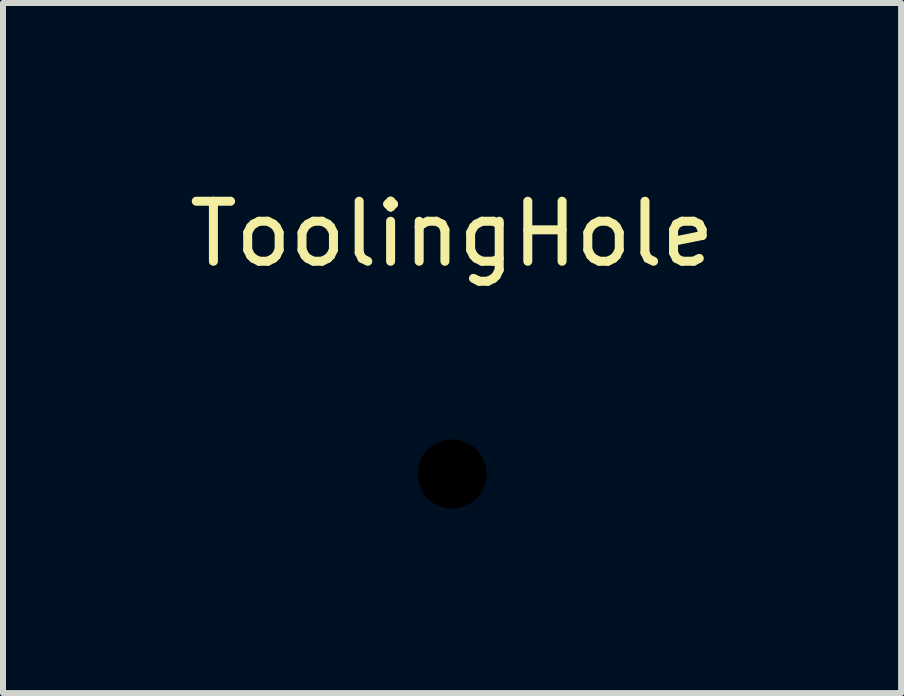
<source format=kicad_pcb>
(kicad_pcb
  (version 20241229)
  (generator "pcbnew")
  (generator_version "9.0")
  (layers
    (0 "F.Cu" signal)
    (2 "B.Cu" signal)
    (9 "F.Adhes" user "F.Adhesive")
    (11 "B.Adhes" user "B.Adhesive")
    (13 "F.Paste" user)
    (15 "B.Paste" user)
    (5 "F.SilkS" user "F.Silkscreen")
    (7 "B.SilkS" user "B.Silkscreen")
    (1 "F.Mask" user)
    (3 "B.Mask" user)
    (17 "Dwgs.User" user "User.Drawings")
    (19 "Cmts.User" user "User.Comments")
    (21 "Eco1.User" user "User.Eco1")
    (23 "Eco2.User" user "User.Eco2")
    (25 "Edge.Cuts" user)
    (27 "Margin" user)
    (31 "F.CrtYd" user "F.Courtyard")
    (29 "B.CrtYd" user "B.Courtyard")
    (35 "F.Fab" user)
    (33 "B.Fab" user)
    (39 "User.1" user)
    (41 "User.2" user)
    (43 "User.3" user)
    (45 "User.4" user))
  (footprint "ToolingHole"
    (layer "F.Cu")
    (at 4.482 4.848)
    (property "Reference" "ToolingHole" (at 0 -4 0) (unlocked yes) (layer "F.SilkS") (effects (font (size 1 1) (thickness 0.15))))
    (attr through_hole)
    (pad "" np_thru_hole circle (at 0 0) (size 1.3 1.3) (drill 1.152) (layers "*.Mask")))
  (gr_rect
    (start -3 -3)
    (end 11.964 8.498)
    (stroke (width 0.1) (type default))
    (fill no)
    (layer "Edge.Cuts")))
</source>
